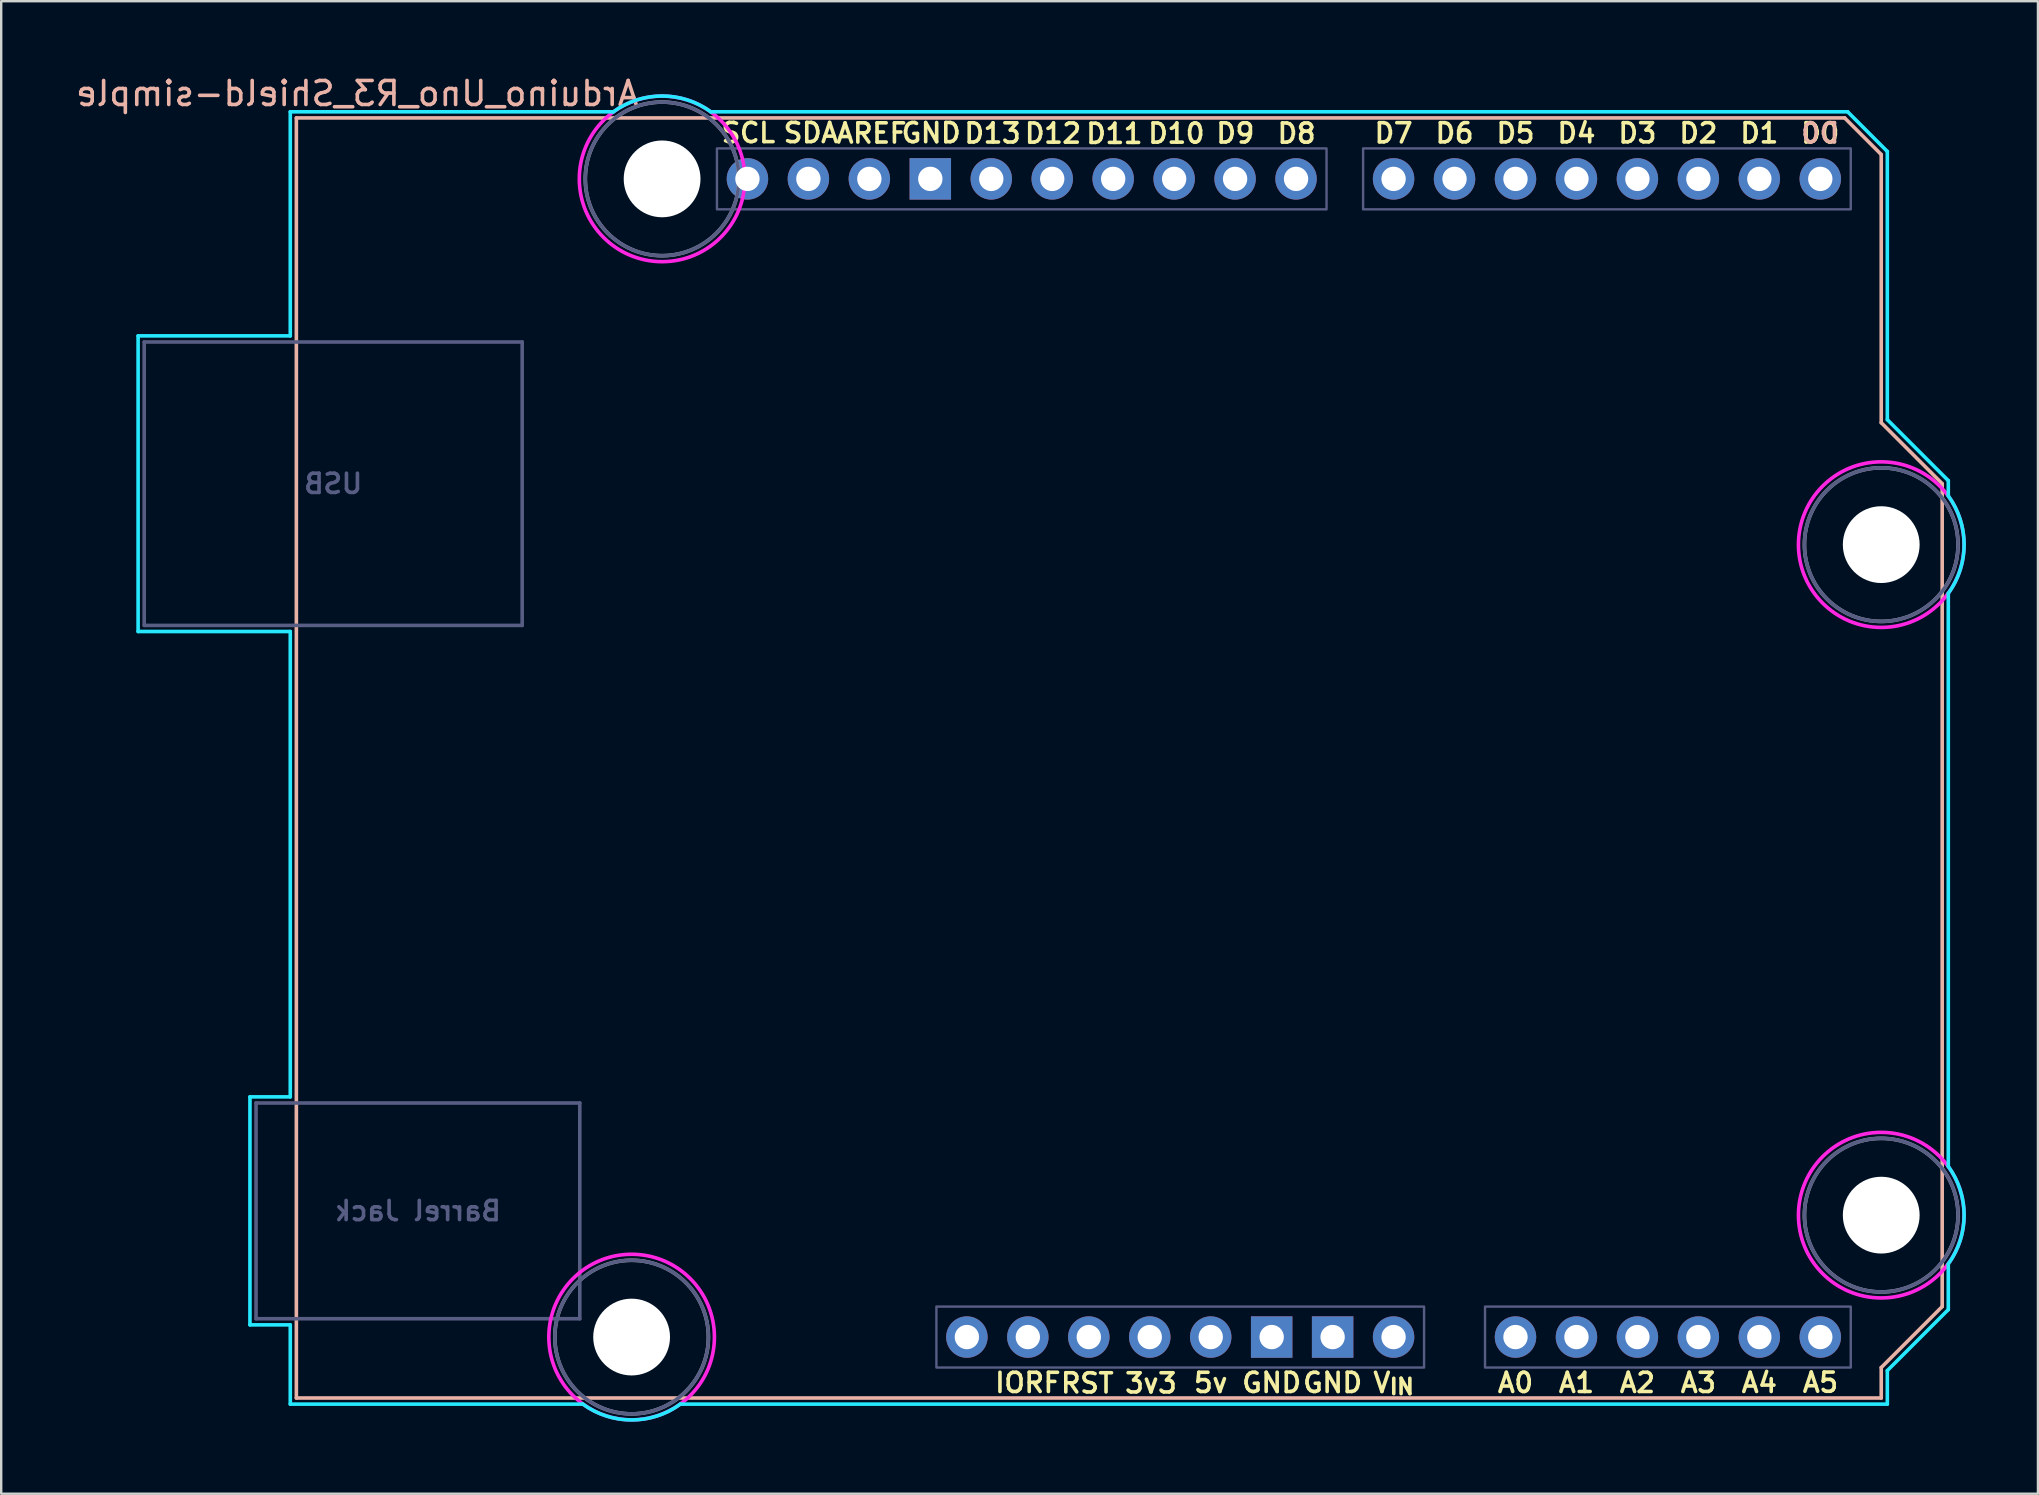
<source format=kicad_pcb>
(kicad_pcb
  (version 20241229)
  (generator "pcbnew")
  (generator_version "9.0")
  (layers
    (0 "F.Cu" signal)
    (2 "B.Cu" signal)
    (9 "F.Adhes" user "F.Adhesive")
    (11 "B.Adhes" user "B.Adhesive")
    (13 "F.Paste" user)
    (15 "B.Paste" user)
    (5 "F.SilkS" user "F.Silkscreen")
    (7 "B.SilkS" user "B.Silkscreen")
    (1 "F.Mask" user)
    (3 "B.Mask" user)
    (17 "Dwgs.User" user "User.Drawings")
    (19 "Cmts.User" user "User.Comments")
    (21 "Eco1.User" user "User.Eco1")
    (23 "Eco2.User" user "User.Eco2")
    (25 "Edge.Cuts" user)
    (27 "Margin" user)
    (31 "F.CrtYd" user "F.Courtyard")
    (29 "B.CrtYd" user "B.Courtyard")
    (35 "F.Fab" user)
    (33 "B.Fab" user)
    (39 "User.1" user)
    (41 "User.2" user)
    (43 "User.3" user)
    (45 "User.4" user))
  (footprint "Arduino_Uno_R3_Shield-simple"
    (layer "F.Cu")
    (at 9.299 55.204)
    (property "Reference" "Arduino_Uno_R3_Shield-simple" (at 2.54 -54.356 0) (layer "B.SilkS") (effects (font (size 1 1) (thickness 0.15)) (justify mirror)))
    (attr through_hole)
    (fp_line (start 0 -53.34) (end 0 0) (stroke (width 0.15) (type solid)) (layer "B.SilkS"))
    (fp_line (start 0 -53.34) (end 64.516 -53.34) (stroke (width 0.15) (type solid)) (layer "B.SilkS"))
    (fp_line (start 0 0) (end 66.04 0) (stroke (width 0.15) (type solid)) (layer "B.SilkS"))
    (fp_line (start 64.516 -53.34) (end 66.04 -51.816) (stroke (width 0.15) (type solid)) (layer "B.SilkS"))
    (fp_line (start 66.04 -40.64) (end 66.04 -51.816) (stroke (width 0.15) (type solid)) (layer "B.SilkS"))
    (fp_line (start 66.04 -1.27) (end 68.58 -3.81) (stroke (width 0.15) (type solid)) (layer "B.SilkS"))
    (fp_line (start 66.04 0) (end 66.04 -1.27) (stroke (width 0.15) (type solid)) (layer "B.SilkS"))
    (fp_line (start 68.58 -38.1) (end 66.04 -40.64) (stroke (width 0.15) (type solid)) (layer "B.SilkS"))
    (fp_line (start 68.58 -3.81) (end 68.58 -38.1) (stroke (width 0.15) (type solid)) (layer "B.SilkS"))
    (fp_line (start -6.594 -44.258) (end -0.254 -44.258) (stroke (width 0.15) (type solid)) (layer "B.CrtYd"))
    (fp_line (start -6.594 -31.94) (end -6.594 -44.258) (stroke (width 0.15) (type solid)) (layer "B.CrtYd"))
    (fp_line (start -1.934 -12.548) (end -1.934 -3.049) (stroke (width 0.15) (type solid)) (layer "B.CrtYd"))
    (fp_line (start -1.934 -12.548) (end -0.254 -12.548) (stroke (width 0.15) (type solid)) (layer "B.CrtYd"))
    (fp_line (start -1.934 -3.049) (end -0.254 -3.049) (stroke (width 0.15) (type solid)) (layer "B.CrtYd"))
    (fp_line (start -0.254 -53.594) (end -0.254 -44.258) (stroke (width 0.15) (type solid)) (layer "B.CrtYd"))
    (fp_line (start -0.254 -31.94) (end -6.594 -31.94) (stroke (width 0.15) (type solid)) (layer "B.CrtYd"))
    (fp_line (start -0.254 -31.94) (end -0.254 -12.548) (stroke (width 0.15) (type solid)) (layer "B.CrtYd"))
    (fp_line (start -0.254 -3.049) (end -0.254 0.254) (stroke (width 0.15) (type solid)) (layer "B.CrtYd"))
    (fp_line (start 11.938 0.254) (end -0.254 0.254) (stroke (width 0.15) (type solid)) (layer "B.CrtYd"))
    (fp_line (start 13.208 -53.594) (end -0.254 -53.594) (stroke (width 0.15) (type solid)) (layer "B.CrtYd"))
    (fp_line (start 16.002 0.254) (end 66.294 0.254) (stroke (width 0.15) (type solid)) (layer "B.CrtYd"))
    (fp_line (start 17.272 -53.594) (end 64.643 -53.594) (stroke (width 0.15) (type solid)) (layer "B.CrtYd"))
    (fp_line (start 64.643 -53.594) (end 66.294 -51.943) (stroke (width 0.15) (type solid)) (layer "B.CrtYd"))
    (fp_line (start 66.294 -40.767) (end 66.294 -51.943) (stroke (width 0.15) (type solid)) (layer "B.CrtYd"))
    (fp_line (start 66.294 -1.143) (end 68.834 -3.683) (stroke (width 0.15) (type solid)) (layer "B.CrtYd"))
    (fp_line (start 66.294 0.254) (end 66.294 -1.143) (stroke (width 0.15) (type solid)) (layer "B.CrtYd"))
    (fp_line (start 68.834 -38.227) (end 66.294 -40.767) (stroke (width 0.15) (type solid)) (layer "B.CrtYd"))
    (fp_line (start 68.834 -38.227) (end 68.834 -37.592) (stroke (width 0.15) (type solid)) (layer "B.CrtYd"))
    (fp_line (start 68.834 -9.652) (end 68.834 -33.528) (stroke (width 0.15) (type solid)) (layer "B.CrtYd"))
    (fp_line (start 68.834 -5.588) (end 68.834 -3.683) (stroke (width 0.15) (type solid)) (layer "B.CrtYd"))
    (fp_arc (start 13.208 -53.594) (mid 15.24 -54.254237) (end 17.272 -53.594) (stroke (width 0.15) (type solid)) (layer "B.CrtYd"))
    (fp_arc (start 16.002 0.254) (mid 13.97 0.914237) (end 11.938 0.254) (stroke (width 0.15) (type solid)) (layer "B.CrtYd"))
    (fp_arc (start 68.834 -37.592) (mid 69.494238 -35.56) (end 68.834 -33.528) (stroke (width 0.15) (type solid)) (layer "B.CrtYd"))
    (fp_arc (start 68.834 -9.652) (mid 69.494238 -7.62) (end 68.834 -5.588) (stroke (width 0.15) (type solid)) (layer "B.CrtYd"))
    (fp_circle (center 13.97 -2.54) (end 17.42 -2.54) (stroke (width 0.15) (type solid)) (fill no) (layer "F.CrtYd"))
    (fp_circle (center 15.24 -50.8) (end 18.69 -50.8) (stroke (width 0.15) (type solid)) (fill no) (layer "F.CrtYd"))
    (fp_circle (center 66.04 -35.56) (end 69.49 -35.56) (stroke (width 0.15) (type solid)) (fill no) (layer "F.CrtYd"))
    (fp_circle (center 66.04 -7.62) (end 69.49 -7.62) (stroke (width 0.15) (type solid)) (fill no) (layer "F.CrtYd"))
    (fp_line (start -6.34 -44.004) (end 9.41 -44.004) (stroke (width 0.15) (type solid)) (layer "B.Fab"))
    (fp_line (start -6.34 -32.194) (end -6.34 -44.004) (stroke (width 0.15) (type solid)) (layer "B.Fab"))
    (fp_line (start -6.34 -32.194) (end 9.41 -32.194) (stroke (width 0.15) (type solid)) (layer "B.Fab"))
    (fp_line (start -1.68 -12.294) (end -1.68 -3.303) (stroke (width 0.15) (type solid)) (layer "B.Fab"))
    (fp_line (start -1.68 -12.294) (end 11.81 -12.294) (stroke (width 0.15) (type solid)) (layer "B.Fab"))
    (fp_line (start -1.68 -3.303) (end 11.81 -3.303) (stroke (width 0.15) (type solid)) (layer "B.Fab"))
    (fp_line (start 9.41 -32.194) (end 9.41 -44.004) (stroke (width 0.15) (type solid)) (layer "B.Fab"))
    (fp_line (start 11.81 -12.294) (end 11.81 -3.303) (stroke (width 0.15) (type solid)) (layer "B.Fab"))
    (fp_rect (start 17.526 -52.07) (end 42.926 -49.53) (stroke (width 0.1) (type solid)) (fill no) (layer "B.Fab"))
    (fp_rect (start 26.67 -3.81) (end 46.99 -1.27) (stroke (width 0.1) (type solid)) (fill no) (layer "B.Fab"))
    (fp_rect (start 44.45 -52.07) (end 64.77 -49.53) (stroke (width 0.1) (type solid)) (fill no) (layer "B.Fab"))
    (fp_rect (start 49.53 -3.81) (end 64.77 -1.27) (stroke (width 0.1) (type solid)) (fill no) (layer "B.Fab"))
    (fp_circle (center 13.97 -2.54) (end 17.17 -2.54) (stroke (width 0.15) (type solid)) (fill no) (layer "B.Fab"))
    (fp_circle (center 15.24 -50.8) (end 18.44 -50.8) (stroke (width 0.15) (type solid)) (fill no) (layer "B.Fab"))
    (fp_circle (center 66.04 -35.56) (end 69.24 -35.56) (stroke (width 0.15) (type solid)) (fill no) (layer "B.Fab"))
    (fp_circle (center 66.04 -7.62) (end 69.24 -7.62) (stroke (width 0.15) (type solid)) (fill no) (layer "B.Fab"))
    (fp_circle (center 13.97 -2.54) (end 17.17 -2.54) (stroke (width 0.15) (type solid)) (fill no) (layer "F.Fab"))
    (fp_circle (center 15.24 -50.8) (end 18.44 -50.8) (stroke (width 0.15) (type solid)) (fill no) (layer "F.Fab"))
    (fp_circle (center 66.04 -35.56) (end 69.24 -35.56) (stroke (width 0.15) (type solid)) (fill no) (layer "F.Fab"))
    (fp_circle (center 66.04 -7.62) (end 69.24 -7.62) (stroke (width 0.15) (type solid)) (fill no) (layer "F.Fab"))
    (fp_text user "D9" (at 39.126 -52.7 0) (unlocked yes) (layer "F.SilkS") (effects (font (size 0.8 0.8) (thickness 0.15))))
    (fp_text user "5v" (at 38.1 -0.635 0) (unlocked yes) (layer "F.SilkS") (effects (font (size 0.8 0.8) (thickness 0.15))))
    (fp_text user "V_{IN}" (at 45.72 -0.635 0) (unlocked yes) (layer "F.SilkS") (effects (font (size 0.8 0.8) (thickness 0.15))))
    (fp_text user "A5" (at 63.506 -0.645 0) (unlocked yes) (layer "F.SilkS") (effects (font (size 0.8 0.8) (thickness 0.15))))
    (fp_text user "GND" (at 43.18 -0.635 0) (unlocked yes) (layer "F.SilkS") (effects (font (size 0.8 0.8) (thickness 0.15))))
    (fp_text user "A3" (at 58.42 -0.635 0) (unlocked yes) (layer "F.SilkS") (effects (font (size 0.8 0.8) (thickness 0.15))))
    (fp_text user "AREF" (at 23.968 -52.698 0) (unlocked yes) (layer "F.SilkS") (effects (font (size 0.8 0.8) (thickness 0.15))))
    (fp_text user "3v3" (at 35.61 -0.616 0) (unlocked yes) (layer "F.SilkS") (effects (font (size 0.8 0.8) (thickness 0.15))))
    (fp_text user "IORF" (at 30.48 -0.635 0) (unlocked yes) (layer "F.SilkS") (effects (font (size 0.8 0.8) (thickness 0.15))))
    (fp_text user "GND" (at 26.452 -52.712 0) (unlocked yes) (layer "F.SilkS") (effects (font (size 0.8 0.8) (thickness 0.15))))
    (fp_text user "A0" (at 50.8 -0.635 0) (unlocked yes) (layer "F.SilkS") (effects (font (size 0.8 0.8) (thickness 0.15))))
    (fp_text user "SDA" (at 21.44 -52.716 0) (unlocked yes) (layer "F.SilkS") (effects (font (size 0.8 0.8) (thickness 0.15))))
    (fp_text user "D13" (at 29.009 -52.7 0) (unlocked yes) (layer "F.SilkS") (effects (font (size 0.8 0.8) (thickness 0.15))))
    (fp_text user "RST" (at 32.957 -0.616 0) (unlocked yes) (layer "F.SilkS") (effects (font (size 0.8 0.8) (thickness 0.15))))
    (fp_text user "A2" (at 55.88 -0.635 0) (unlocked yes) (layer "F.SilkS") (effects (font (size 0.8 0.8) (thickness 0.15))))
    (fp_text user "SCL" (at 18.835 -52.716 0) (unlocked yes) (layer "F.SilkS") (effects (font (size 0.8 0.8) (thickness 0.15))))
    (fp_text user "D8" (at 41.678 -52.694 0) (unlocked yes) (layer "F.SilkS") (effects (font (size 0.8 0.8) (thickness 0.15))))
    (fp_text user "GND" (at 40.64 -0.635 0) (unlocked yes) (layer "F.SilkS") (effects (font (size 0.8 0.8) (thickness 0.15))))
    (fp_text user "D10" (at 36.669 -52.694 0) (unlocked yes) (layer "F.SilkS") (effects (font (size 0.8 0.8) (thickness 0.15))))
    (fp_text user "D2" (at 58.42 -52.705 0) (unlocked yes) (layer "F.SilkS") (effects (font (size 0.8 0.8) (thickness 0.15))))
    (fp_text user "D1" (at 60.96 -52.705 0) (unlocked yes) (layer "F.SilkS") (effects (font (size 0.8 0.8) (thickness 0.15))))
    (fp_text user "D0" (at 63.5 -52.705 0) (unlocked yes) (layer "F.SilkS") (effects (font (size 0.8 0.8) (thickness 0.15))))
    (fp_text user "D3" (at 55.88 -52.705 0) (unlocked yes) (layer "F.SilkS") (effects (font (size 0.8 0.8) (thickness 0.15))))
    (fp_text user "D6" (at 48.26 -52.705 0) (unlocked yes) (layer "F.SilkS") (effects (font (size 0.8 0.8) (thickness 0.15))))
    (fp_text user "D12" (at 31.53 -52.695 0) (unlocked yes) (layer "F.SilkS") (effects (font (size 0.8 0.8) (thickness 0.15))))
    (fp_text user "D11" (at 34.086 -52.683 0) (unlocked yes) (layer "F.SilkS") (effects (font (size 0.8 0.8) (thickness 0.15))))
    (fp_text user "D5" (at 50.8 -52.705 0) (unlocked yes) (layer "F.SilkS") (effects (font (size 0.8 0.8) (thickness 0.15))))
    (fp_text user "A4" (at 60.96 -0.635 0) (unlocked yes) (layer "F.SilkS") (effects (font (size 0.8 0.8) (thickness 0.15))))
    (fp_text user "D4" (at 53.34 -52.705 0) (unlocked yes) (layer "F.SilkS") (effects (font (size 0.8 0.8) (thickness 0.15))))
    (fp_text user "D7" (at 45.72 -52.705 0) (unlocked yes) (layer "F.SilkS") (effects (font (size 0.8 0.8) (thickness 0.15))))
    (fp_text user "A1" (at 53.34 -0.635 0) (unlocked yes) (layer "F.SilkS") (effects (font (size 0.8 0.8) (thickness 0.15))))
    (fp_text user "D0" (at 63.5 -52.705 0) (unlocked yes) (layer "B.SilkS") (effects (font (size 0.8 0.8) (thickness 0.15)) (justify mirror)))
    (fp_text user "Barrel Jack" (at 5.065 -7.798 0) (layer "B.Fab") (effects (font (size 0.8 0.8) (thickness 0.15)) (justify mirror)))
    (fp_text user "USB" (at 1.535 -38.099 0) (layer "B.Fab") (effects (font (size 0.8 0.8) (thickness 0.15)) (justify mirror)))
    (pad "" np_thru_hole circle (at 13.97 -2.54) (size 3.2 3.2) (drill 3.2) (layers "*.Cu" "*.Mask"))
    (pad "" np_thru_hole circle (at 15.24 -50.8) (size 3.2 3.2) (drill 3.2) (layers "*.Cu" "*.Mask"))
    (pad "" thru_hole oval (at 27.94 -2.54) (size 1.727 1.727) (drill 1.016) (layers "*.Cu" "*.Mask"))
    (pad "" np_thru_hole circle (at 66.04 -35.56) (size 3.2 3.2) (drill 3.2) (layers "*.Cu" "*.Mask"))
    (pad "" np_thru_hole circle (at 66.04 -7.62) (size 3.2 3.2) (drill 3.2) (layers "*.Cu" "*.Mask"))
    (pad "3V3" thru_hole oval (at 35.56 -2.54) (size 1.727 1.727) (drill 1.016) (layers "*.Cu" "*.Mask"))
    (pad "5V1" thru_hole oval (at 38.1 -2.54) (size 1.727 1.727) (drill 1.016) (layers "*.Cu" "*.Mask"))
    (pad "A0" thru_hole oval (at 50.8 -2.54) (size 1.727 1.727) (drill 1.016) (layers "*.Cu" "*.Mask"))
    (pad "A1" thru_hole oval (at 53.34 -2.54) (size 1.727 1.727) (drill 1.016) (layers "*.Cu" "*.Mask"))
    (pad "A2" thru_hole oval (at 55.88 -2.54) (size 1.727 1.727) (drill 1.016) (layers "*.Cu" "*.Mask"))
    (pad "A3" thru_hole oval (at 58.42 -2.54) (size 1.727 1.727) (drill 1.016) (layers "*.Cu" "*.Mask"))
    (pad "A4" thru_hole oval (at 60.96 -2.54) (size 1.727 1.727) (drill 1.016) (layers "*.Cu" "*.Mask"))
    (pad "A5" thru_hole oval (at 63.5 -2.54) (size 1.727 1.727) (drill 1.016) (layers "*.Cu" "*.Mask"))
    (pad "AREF" thru_hole oval (at 23.876 -50.8) (size 1.727 1.727) (drill 1.016) (layers "*.Cu" "*.Mask"))
    (pad "D0" thru_hole oval (at 63.5 -50.8) (size 1.727 1.727) (drill 1.016) (layers "*.Cu" "*.Mask"))
    (pad "D1" thru_hole oval (at 60.96 -50.8) (size 1.727 1.727) (drill 1.016) (layers "*.Cu" "*.Mask"))
    (pad "D2" thru_hole oval (at 58.42 -50.8) (size 1.727 1.727) (drill 1.016) (layers "*.Cu" "*.Mask"))
    (pad "D3" thru_hole oval (at 55.88 -50.8) (size 1.727 1.727) (drill 1.016) (layers "*.Cu" "*.Mask"))
    (pad "D4" thru_hole oval (at 53.34 -50.8) (size 1.727 1.727) (drill 1.016) (layers "*.Cu" "*.Mask"))
    (pad "D5" thru_hole oval (at 50.8 -50.8) (size 1.727 1.727) (drill 1.016) (layers "*.Cu" "*.Mask"))
    (pad "D6" thru_hole oval (at 48.26 -50.8) (size 1.727 1.727) (drill 1.016) (layers "*.Cu" "*.Mask"))
    (pad "D7" thru_hole oval (at 45.72 -50.8) (size 1.727 1.727) (drill 1.016) (layers "*.Cu" "*.Mask"))
    (pad "D8" thru_hole oval (at 41.656 -50.8) (size 1.727 1.727) (drill 1.016) (layers "*.Cu" "*.Mask"))
    (pad "D9" thru_hole oval (at 39.116 -50.8) (size 1.727 1.727) (drill 1.016) (layers "*.Cu" "*.Mask"))
    (pad "D10" thru_hole oval (at 36.576 -50.8) (size 1.727 1.727) (drill 1.016) (layers "*.Cu" "*.Mask"))
    (pad "D11" thru_hole oval (at 34.036 -50.8) (size 1.727 1.727) (drill 1.016) (layers "*.Cu" "*.Mask"))
    (pad "D12" thru_hole oval (at 31.496 -50.8) (size 1.727 1.727) (drill 1.016) (layers "*.Cu" "*.Mask"))
    (pad "D13" thru_hole oval (at 28.956 -50.8) (size 1.727 1.727) (drill 1.016) (layers "*.Cu" "*.Mask"))
    (pad "GND1" thru_hole rect (at 26.416 -50.8) (size 1.727 1.727) (drill 1.016) (layers "*.Cu" "*.Mask"))
    (pad "GND2" thru_hole rect (at 40.64 -2.54) (size 1.727 1.727) (drill 1.016) (layers "*.Cu" "*.Mask"))
    (pad "GND3" thru_hole rect (at 43.18 -2.54) (size 1.727 1.727) (drill 1.016) (layers "*.Cu" "*.Mask"))
    (pad "IORF" thru_hole oval (at 30.48 -2.54) (size 1.727 1.727) (drill 1.016) (layers "*.Cu" "*.Mask"))
    (pad "RST1" thru_hole oval (at 33.02 -2.54) (size 1.727 1.727) (drill 1.016) (layers "*.Cu" "*.Mask"))
    (pad "SCL" thru_hole oval (at 18.796 -50.8) (size 1.727 1.727) (drill 1.016) (layers "*.Cu" "*.Mask"))
    (pad "SDA" thru_hole oval (at 21.336 -50.8) (size 1.727 1.727) (drill 1.016) (layers "*.Cu" "*.Mask"))
    (pad "VIN" thru_hole oval (at 45.72 -2.54) (size 1.727 1.727) (drill 1.016) (layers "*.Cu" "*.Mask")))
  (gr_rect
    (start -3 -3)
    (end 81.869 59.193)
    (stroke (width 0.1) (type default))
    (fill no)
    (layer "Edge.Cuts")))
</source>
